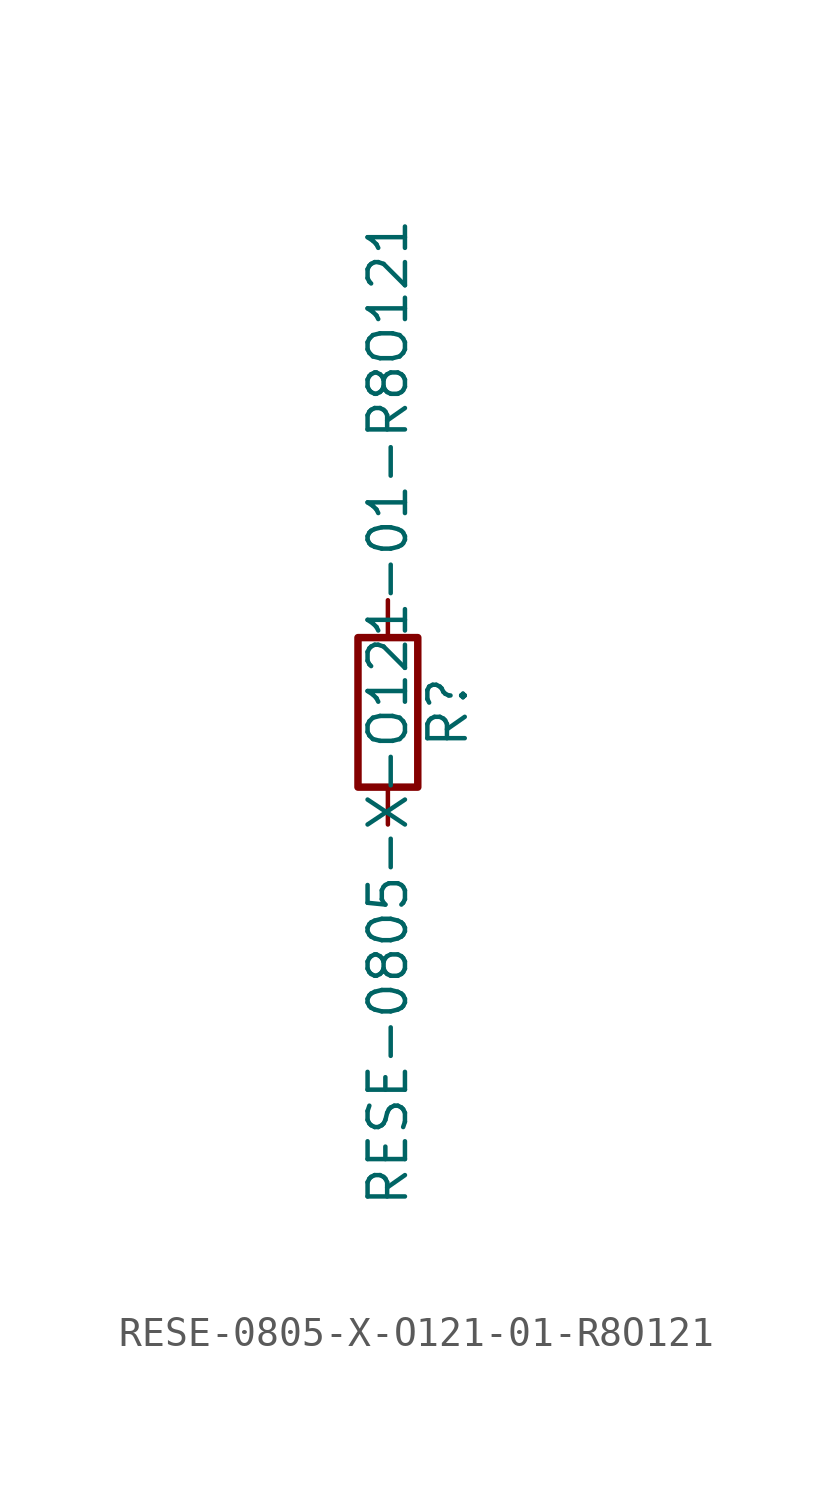
<source format=kicad_sym>
(kicad_symbol_lib
  (version 20211014)
  (generator kicad_symbol_editor)
  (symbol "RESE-0805-X-O121-01-R8O121"
    (pin_numbers hide)
    (pin_names
      (offset 0))
    (property "Reference" "R"
      (at 2.032 0 90)
      (effects (font (size 1.27 1.27))))
    (property "Value" "RESE-0805-X-O121-01-R8O121"
      (at 0 0 90)
      (effects (font (size 1.27 1.27))))
    (symbol "RESE-0805-X-O121-01-R8O121_0_1"
      (rectangle (start -1.016 -2.54) (end 1.016 2.54) (stroke (width 0.254) (type default) (color 0 0 0 0)) (fill (type none))))
    (symbol "RESE-0805-X-O121-01-R8O121_1_1"
      (pin passive line (at 0 3.81 270) (length 1.27) (name "~" (effects (font (size 1.27 1.27)))) (number "1" (effects (font (size 1.27 1.27)))))
      (pin passive line (at 0 -3.81 90) (length 1.27) (name "~" (effects (font (size 1.27 1.27)))) (number "2" (effects (font (size 1.27 1.27))))))))
</source>
